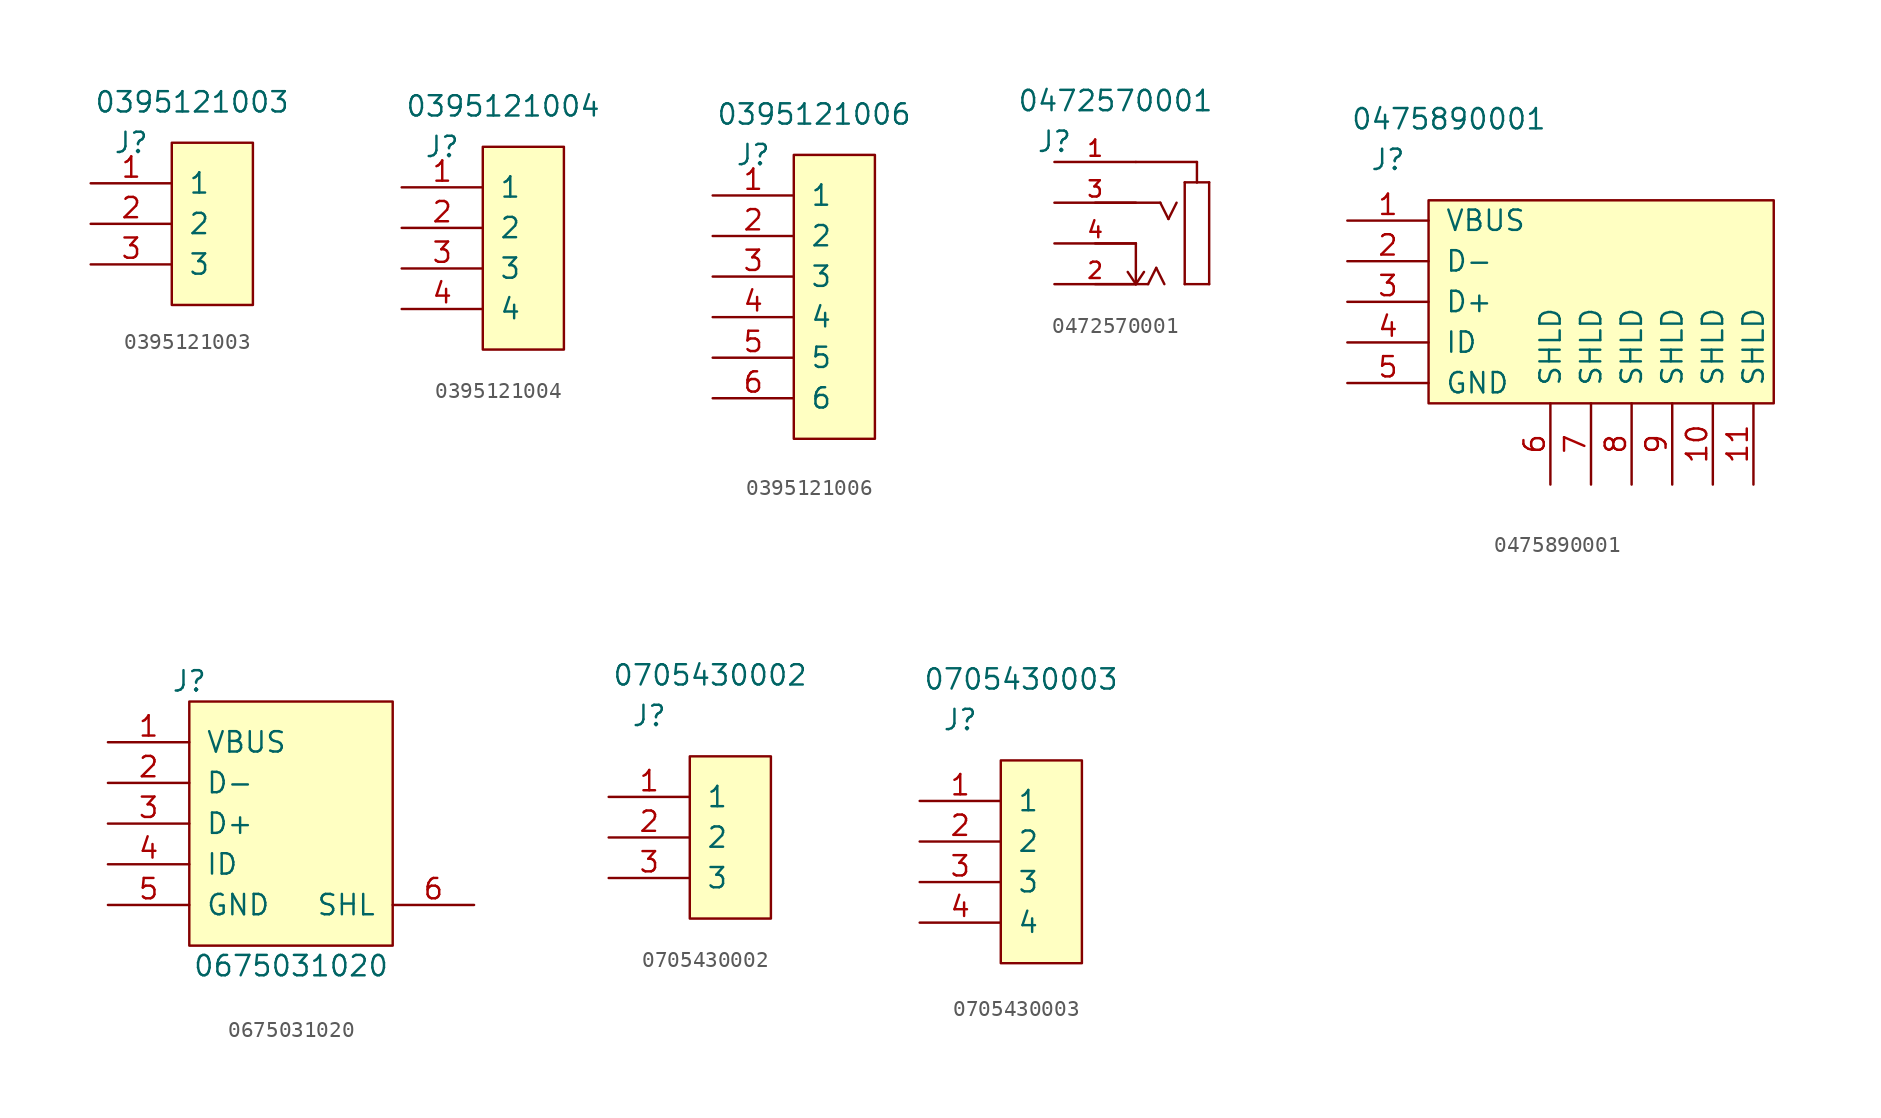
<source format=kicad_sym>
(kicad_symbol_lib
  (version 20220914)
  (generator kicad_symbol_editor)
  (symbol "0395121003"
    (pin_names
      (offset 1.016))
    (property "Reference" "J"
      (at -2.54 2.54 0)
      (effects (font (size 1.27 1.27))))
    (property "Value" "0395121003"
      (at 1.27 5.08 0)
      (effects (font (size 1.27 1.27))))
    (symbol "0395121003_0_1"
      (rectangle (start 0 2.54) (end 5.08 -7.62) (stroke (width 0) (type default)) (fill (type background))))
    (symbol "0395121003_1_1"
      (pin passive line (at -5.08 0 0) (length 5.08) (name "1" (effects (font (size 1.27 1.27)))) (number "1" (effects (font (size 1.27 1.27)))))
      (pin passive line (at -5.08 -2.54 0) (length 5.08) (name "2" (effects (font (size 1.27 1.27)))) (number "2" (effects (font (size 1.27 1.27)))))
      (pin passive line (at -5.08 -5.08 0) (length 5.08) (name "3" (effects (font (size 1.27 1.27)))) (number "3" (effects (font (size 1.27 1.27)))))))
  (symbol "0395121004"
    (pin_names
      (offset 1.016))
    (property "Reference" "J"
      (at -2.54 2.54 0)
      (effects (font (size 1.27 1.27))))
    (property "Value" "0395121004"
      (at 1.27 5.08 0)
      (effects (font (size 1.27 1.27))))
    (symbol "0395121004_0_1"
      (rectangle (start 0 2.54) (end 5.08 -10.16) (stroke (width 0) (type default)) (fill (type background))))
    (symbol "0395121004_1_1"
      (pin passive line (at -5.08 0 0) (length 5.08) (name "1" (effects (font (size 1.27 1.27)))) (number "1" (effects (font (size 1.27 1.27)))))
      (pin passive line (at -5.08 -2.54 0) (length 5.08) (name "2" (effects (font (size 1.27 1.27)))) (number "2" (effects (font (size 1.27 1.27)))))
      (pin passive line (at -5.08 -5.08 0) (length 5.08) (name "3" (effects (font (size 1.27 1.27)))) (number "3" (effects (font (size 1.27 1.27)))))
      (pin passive line (at -5.08 -7.62 0) (length 5.08) (name "4" (effects (font (size 1.27 1.27)))) (number "4" (effects (font (size 1.27 1.27)))))))
  (symbol "0395121006"
    (pin_names
      (offset 1.016))
    (property "Reference" "J"
      (at -2.54 2.54 0)
      (effects (font (size 1.27 1.27))))
    (property "Value" "0395121006"
      (at 1.27 5.08 0)
      (effects (font (size 1.27 1.27))))
    (symbol "0395121006_0_1"
      (rectangle (start 0 2.54) (end 5.08 -15.24) (stroke (width 0) (type default)) (fill (type background))))
    (symbol "0395121006_1_1"
      (pin passive line (at -5.08 0 0) (length 5.08) (name "1" (effects (font (size 1.27 1.27)))) (number "1" (effects (font (size 1.27 1.27)))))
      (pin passive line (at -5.08 -2.54 0) (length 5.08) (name "2" (effects (font (size 1.27 1.27)))) (number "2" (effects (font (size 1.27 1.27)))))
      (pin passive line (at -5.08 -5.08 0) (length 5.08) (name "3" (effects (font (size 1.27 1.27)))) (number "3" (effects (font (size 1.27 1.27)))))
      (pin passive line (at -5.08 -7.62 0) (length 5.08) (name "4" (effects (font (size 1.27 1.27)))) (number "4" (effects (font (size 1.27 1.27)))))
      (pin passive line (at -5.08 -10.16 0) (length 5.08) (name "5" (effects (font (size 1.27 1.27)))) (number "5" (effects (font (size 1.27 1.27)))))
      (pin passive line (at -5.08 -12.7 0) (length 5.08) (name "6" (effects (font (size 1.27 1.27)))) (number "6" (effects (font (size 1.27 1.27)))))))
  (symbol "0472570001"
    (pin_names
      (offset 1.016))
    (property "Reference" "J"
      (at -2.54 2.54 0)
      (effects (font (size 1.27 1.27))))
    (property "Value" "0472570001"
      (at 1.27 5.08 0)
      (effects (font (size 1.27 1.27))))
    (symbol "0472570001_1_1"
      (polyline (pts (xy 0 -6.35) (xy 2.54 -6.35)) (stroke (width 0.152) (type default)) (fill (type none)))
      (polyline (pts (xy 0 -3.81) (xy 2.54 -3.81)) (stroke (width 0.152) (type default)) (fill (type none)))
      (polyline (pts (xy 0 -1.27) (xy 4.064 -1.27)) (stroke (width 0.152) (type default)) (fill (type none)))
      (polyline (pts (xy 2.54 -6.35) (xy 2.032 -5.588)) (stroke (width 0.152) (type default)) (fill (type none)))
      (polyline (pts (xy 2.54 -6.35) (xy 3.048 -5.588)) (stroke (width 0.152) (type default)) (fill (type none)))
      (polyline (pts (xy 2.54 -6.35) (xy 3.302 -6.35)) (stroke (width 0.152) (type default)) (fill (type none)))
      (polyline (pts (xy 2.54 -3.81) (xy 2.54 -6.35)) (stroke (width 0.152) (type default)) (fill (type none)))
      (polyline (pts (xy 3.302 -6.35) (xy 3.81 -5.334)) (stroke (width 0.152) (type default)) (fill (type none)))
      (polyline (pts (xy 3.81 -5.334) (xy 4.318 -6.35)) (stroke (width 0.152) (type default)) (fill (type none)))
      (polyline (pts (xy 4.064 -1.27) (xy 4.572 -2.286)) (stroke (width 0.152) (type default)) (fill (type none)))
      (polyline (pts (xy 4.572 -2.286) (xy 5.08 -1.27)) (stroke (width 0.152) (type default)) (fill (type none)))
      (polyline (pts (xy 5.588 -6.35) (xy 5.588 0)) (stroke (width 0.152) (type default)) (fill (type none)))
      (polyline (pts (xy 5.588 -6.35) (xy 7.112 -6.35)) (stroke (width 0.152) (type default)) (fill (type none)))
      (polyline (pts (xy 5.588 0) (xy 6.35 0)) (stroke (width 0.152) (type default)) (fill (type none)))
      (polyline (pts (xy 6.35 0) (xy 6.35 1.27)) (stroke (width 0.152) (type default)) (fill (type none)))
      (polyline (pts (xy 6.35 0) (xy 7.112 0)) (stroke (width 0.152) (type default)) (fill (type none)))
      (polyline (pts (xy 6.35 1.27) (xy 2.54 1.27)) (stroke (width 0.152) (type default)) (fill (type none)))
      (polyline (pts (xy 7.112 0) (xy 7.112 -6.35)) (stroke (width 0.152) (type default)) (fill (type none)))
      (pin passive line (at -2.54 1.27 0) (length 5.08) (name "~" (effects (font (size 1.016 1.016)))) (number "1" (effects (font (size 1.016 1.016)))))
      (pin passive line (at -2.54 -6.35 0) (length 5.08) (name "~" (effects (font (size 1.016 1.016)))) (number "2" (effects (font (size 1.016 1.016)))))
      (pin passive line (at -2.54 -1.27 0) (length 5.08) (name "~" (effects (font (size 1.016 1.016)))) (number "3" (effects (font (size 1.016 1.016)))))
      (pin passive line (at -2.54 -3.81 0) (length 5.08) (name "~" (effects (font (size 1.016 1.016)))) (number "4" (effects (font (size 1.016 1.016)))))))
  (symbol "0475890001"
    (pin_names
      (offset 1.016))
    (property "Reference" "J"
      (at -2.54 2.54 0)
      (effects (font (size 1.27 1.27))))
    (property "Value" "0475890001"
      (at 1.27 5.08 0)
      (effects (font (size 1.27 1.27))))
    (symbol "0475890001_1_1"
      (rectangle (start 0 0) (end 21.59 -12.7) (stroke (width 0) (type default)) (fill (type background)))
      (pin bidirectional line (at -5.08 -1.27 0) (length 5.08) (name "VBUS" (effects (font (size 1.27 1.27)))) (number "1" (effects (font (size 1.27 1.27)))))
      (pin bidirectional line (at 17.78 -17.78 90) (length 5.08) (name "SHLD" (effects (font (size 1.27 1.27)))) (number "10" (effects (font (size 1.27 1.27)))))
      (pin bidirectional line (at 20.32 -17.78 90) (length 5.08) (name "SHLD" (effects (font (size 1.27 1.27)))) (number "11" (effects (font (size 1.27 1.27)))))
      (pin bidirectional line (at -5.08 -3.81 0) (length 5.08) (name "D-" (effects (font (size 1.27 1.27)))) (number "2" (effects (font (size 1.27 1.27)))))
      (pin bidirectional line (at -5.08 -6.35 0) (length 5.08) (name "D+" (effects (font (size 1.27 1.27)))) (number "3" (effects (font (size 1.27 1.27)))))
      (pin bidirectional line (at -5.08 -8.89 0) (length 5.08) (name "ID" (effects (font (size 1.27 1.27)))) (number "4" (effects (font (size 1.27 1.27)))))
      (pin bidirectional line (at -5.08 -11.43 0) (length 5.08) (name "GND" (effects (font (size 1.27 1.27)))) (number "5" (effects (font (size 1.27 1.27)))))
      (pin bidirectional line (at 7.62 -17.78 90) (length 5.08) (name "SHLD" (effects (font (size 1.27 1.27)))) (number "6" (effects (font (size 1.27 1.27)))))
      (pin bidirectional line (at 10.16 -17.78 90) (length 5.08) (name "SHLD" (effects (font (size 1.27 1.27)))) (number "7" (effects (font (size 1.27 1.27)))))
      (pin bidirectional line (at 12.7 -17.78 90) (length 5.08) (name "SHLD" (effects (font (size 1.27 1.27)))) (number "8" (effects (font (size 1.27 1.27)))))
      (pin bidirectional line (at 15.24 -17.78 90) (length 5.08) (name "SHLD" (effects (font (size 1.27 1.27)))) (number "9" (effects (font (size 1.27 1.27)))))))
  (symbol "0675031020"
    (pin_names
      (offset 1.016))
    (property "Reference" "J"
      (at 0 1.27 0)
      (effects (font (size 1.27 1.27))))
    (property "Value" "0675031020"
      (at 6.35 -16.51 0)
      (effects (font (size 1.27 1.27))))
    (symbol "0675031020_0_1"
      (rectangle (start 0 0) (end 12.7 -15.24) (stroke (width 0) (type default)) (fill (type background))))
    (symbol "0675031020_1_1"
      (pin output line (at -5.08 -2.54 0) (length 5.08) (name "VBUS" (effects (font (size 1.27 1.27)))) (number "1" (effects (font (size 1.27 1.27)))))
      (pin bidirectional line (at -5.08 -5.08 0) (length 5.08) (name "D-" (effects (font (size 1.27 1.27)))) (number "2" (effects (font (size 1.27 1.27)))))
      (pin bidirectional line (at -5.08 -7.62 0) (length 5.08) (name "D+" (effects (font (size 1.27 1.27)))) (number "3" (effects (font (size 1.27 1.27)))))
      (pin bidirectional line (at -5.08 -10.16 0) (length 5.08) (name "ID" (effects (font (size 1.27 1.27)))) (number "4" (effects (font (size 1.27 1.27)))))
      (pin passive line (at -5.08 -12.7 0) (length 5.08) (name "GND" (effects (font (size 1.27 1.27)))) (number "5" (effects (font (size 1.27 1.27)))))
      (pin passive line (at 17.78 -12.7 180) (length 5.08) (name "SHL" (effects (font (size 1.27 1.27)))) (number "6" (effects (font (size 1.27 1.27)))))))
  (symbol "0705430002"
    (pin_names
      (offset 1.016))
    (property "Reference" "J"
      (at -2.54 2.54 0)
      (effects (font (size 1.27 1.27))))
    (property "Value" "0705430002"
      (at 1.27 5.08 0)
      (effects (font (size 1.27 1.27))))
    (symbol "0705430002_0_1"
      (rectangle (start 0 0) (end 5.08 -10.16) (stroke (width 0) (type default)) (fill (type background))))
    (symbol "0705430002_1_1"
      (pin passive line (at -5.08 -2.54 0) (length 5.08) (name "1" (effects (font (size 1.27 1.27)))) (number "1" (effects (font (size 1.27 1.27)))))
      (pin passive line (at -5.08 -5.08 0) (length 5.08) (name "2" (effects (font (size 1.27 1.27)))) (number "2" (effects (font (size 1.27 1.27)))))
      (pin passive line (at -5.08 -7.62 0) (length 5.08) (name "3" (effects (font (size 1.27 1.27)))) (number "3" (effects (font (size 1.27 1.27)))))))
  (symbol "0705430003"
    (pin_names
      (offset 1.016))
    (property "Reference" "J"
      (at -2.54 2.54 0)
      (effects (font (size 1.27 1.27))))
    (property "Value" "0705430003"
      (at 1.27 5.08 0)
      (effects (font (size 1.27 1.27))))
    (symbol "0705430003_0_1"
      (rectangle (start 0 0) (end 5.08 -12.7) (stroke (width 0) (type default)) (fill (type background))))
    (symbol "0705430003_1_1"
      (pin passive line (at -5.08 -2.54 0) (length 5.08) (name "1" (effects (font (size 1.27 1.27)))) (number "1" (effects (font (size 1.27 1.27)))))
      (pin passive line (at -5.08 -5.08 0) (length 5.08) (name "2" (effects (font (size 1.27 1.27)))) (number "2" (effects (font (size 1.27 1.27)))))
      (pin passive line (at -5.08 -7.62 0) (length 5.08) (name "3" (effects (font (size 1.27 1.27)))) (number "3" (effects (font (size 1.27 1.27)))))
      (pin passive line (at -5.08 -10.16 0) (length 5.08) (name "4" (effects (font (size 1.27 1.27)))) (number "4" (effects (font (size 1.27 1.27))))))))
</source>
